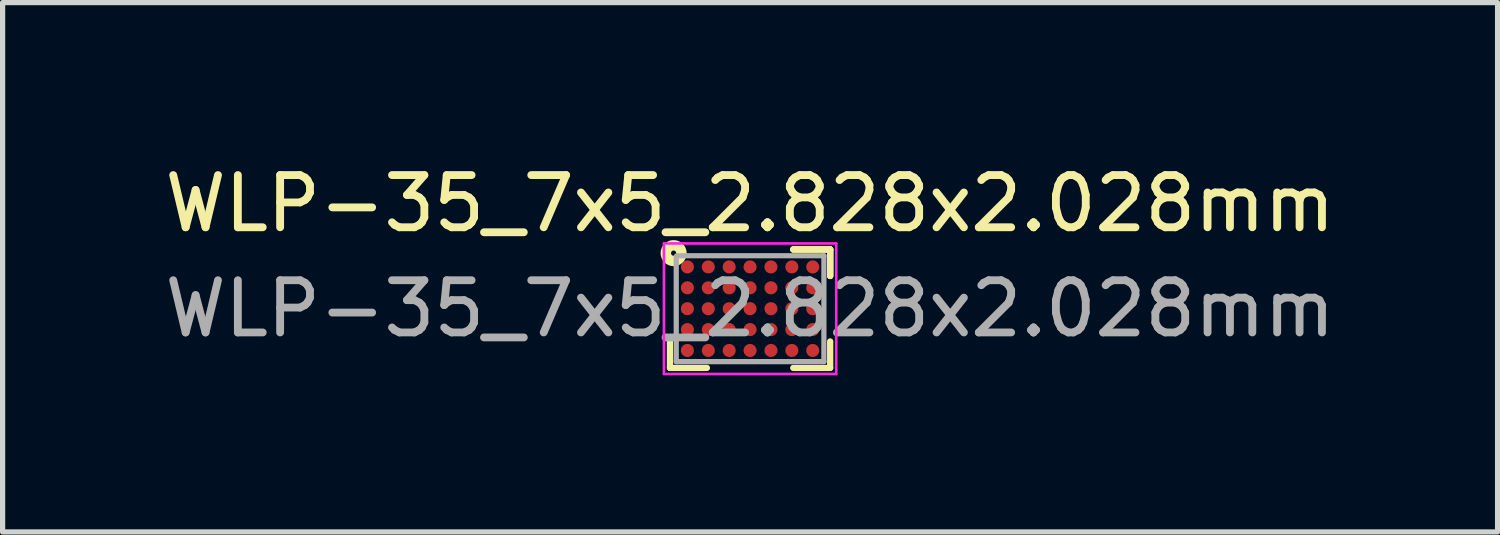
<source format=kicad_pcb>
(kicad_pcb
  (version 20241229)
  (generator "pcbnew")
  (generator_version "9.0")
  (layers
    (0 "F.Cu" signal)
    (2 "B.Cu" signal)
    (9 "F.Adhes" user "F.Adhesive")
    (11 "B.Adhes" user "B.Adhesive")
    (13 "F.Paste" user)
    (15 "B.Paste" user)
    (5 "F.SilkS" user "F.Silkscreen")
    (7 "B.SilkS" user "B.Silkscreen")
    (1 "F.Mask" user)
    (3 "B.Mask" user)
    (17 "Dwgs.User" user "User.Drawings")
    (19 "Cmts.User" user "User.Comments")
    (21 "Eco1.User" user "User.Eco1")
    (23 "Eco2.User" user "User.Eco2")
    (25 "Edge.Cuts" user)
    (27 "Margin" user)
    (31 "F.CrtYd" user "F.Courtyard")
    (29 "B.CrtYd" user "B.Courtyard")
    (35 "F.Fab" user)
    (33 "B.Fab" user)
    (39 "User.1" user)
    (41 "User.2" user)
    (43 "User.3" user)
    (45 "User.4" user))
  (footprint "WLP-35_7x5_2.828x2.028mm"
    (layer "F.Cu")
    (at 11.315 2.862)
    (property "Reference" "WLP-35_7x5_2.828x2.028mm" (at 0 -2.014 0) (layer "F.SilkS") (effects (font (size 1 1) (thickness 0.15))))
    (attr smd)
    (fp_line (start -1.534 1.134) (end -1.534 0.627) (stroke (width 0.12) (type solid)) (layer "F.SilkS"))
    (fp_line (start -0.827 1.134) (end -1.534 1.134) (stroke (width 0.12) (type solid)) (layer "F.SilkS"))
    (fp_line (start 0.827 -1.134) (end 1.534 -1.134) (stroke (width 0.12) (type solid)) (layer "F.SilkS"))
    (fp_line (start 0.827 -1.134) (end 1.534 -1.134) (stroke (width 0.12) (type solid)) (layer "F.SilkS"))
    (fp_line (start 0.827 -1.134) (end 1.534 -1.134) (stroke (width 0.12) (type solid)) (layer "F.SilkS"))
    (fp_line (start 0.827 1.134) (end 1.534 1.134) (stroke (width 0.12) (type solid)) (layer "F.SilkS"))
    (fp_line (start 1.534 -1.134) (end 1.534 -0.627) (stroke (width 0.12) (type solid)) (layer "F.SilkS"))
    (fp_line (start 1.534 -1.134) (end 1.534 -0.627) (stroke (width 0.12) (type solid)) (layer "F.SilkS"))
    (fp_line (start 1.534 -1.134) (end 1.534 -0.627) (stroke (width 0.12) (type solid)) (layer "F.SilkS"))
    (fp_line (start 1.534 1.134) (end 1.534 0.627) (stroke (width 0.12) (type solid)) (layer "F.SilkS"))
    (fp_circle (center -1.464 -1.064) (end -1.414 -1.064) (stroke (width 0.2) (type solid)) (fill no) (layer "F.SilkS"))
    (fp_line (start -1.65 -1.25) (end 1.65 -1.25) (stroke (width 0.05) (type solid)) (layer "F.CrtYd"))
    (fp_line (start -1.65 1.25) (end -1.65 -1.25) (stroke (width 0.05) (type solid)) (layer "F.CrtYd"))
    (fp_line (start 1.65 -1.25) (end 1.65 1.25) (stroke (width 0.05) (type solid)) (layer "F.CrtYd"))
    (fp_line (start 1.65 1.25) (end -1.65 1.25) (stroke (width 0.05) (type solid)) (layer "F.CrtYd"))
    (fp_line (start -1.414 -1) (end -1.414 1.014) (stroke (width 0.1) (type solid)) (layer "F.Fab"))
    (fp_line (start -1.414 1.014) (end 1.414 1.014) (stroke (width 0.1) (type solid)) (layer "F.Fab"))
    (fp_line (start 1.414 -1.014) (end -1.4 -1.014) (stroke (width 0.1) (type solid)) (layer "F.Fab"))
    (fp_line (start 1.414 1.014) (end 1.414 -1.014) (stroke (width 0.1) (type solid)) (layer "F.Fab"))
    (fp_text user "${REFERENCE}" (at 0 0 0) (unlocked yes) (layer "F.Fab") (effects (font (size 1 1) (thickness 0.15))))
    (pad "" smd roundrect (at -1.2 -0.8) (size 0.255 0.255) (layers "F.Paste") (roundrect_rratio 0.4))
    (pad "" smd roundrect (at -1.2 -0.4) (size 0.255 0.255) (layers "F.Paste") (roundrect_rratio 0.4))
    (pad "" smd roundrect (at -1.2 0) (size 0.255 0.255) (layers "F.Paste") (roundrect_rratio 0.4))
    (pad "" smd roundrect (at -1.2 0.4) (size 0.255 0.255) (layers "F.Paste") (roundrect_rratio 0.4))
    (pad "" smd roundrect (at -1.2 0.8) (size 0.255 0.255) (layers "F.Paste") (roundrect_rratio 0.4))
    (pad "" smd roundrect (at -0.8 -0.8) (size 0.255 0.255) (layers "F.Paste") (roundrect_rratio 0.4))
    (pad "" smd roundrect (at -0.8 -0.4) (size 0.255 0.255) (layers "F.Paste") (roundrect_rratio 0.4))
    (pad "" smd roundrect (at -0.8 0) (size 0.255 0.255) (layers "F.Paste") (roundrect_rratio 0.4))
    (pad "" smd roundrect (at -0.8 0.4) (size 0.255 0.255) (layers "F.Paste") (roundrect_rratio 0.4))
    (pad "" smd roundrect (at -0.8 0.8) (size 0.255 0.255) (layers "F.Paste") (roundrect_rratio 0.4))
    (pad "" smd roundrect (at -0.4 -0.8) (size 0.255 0.255) (layers "F.Paste") (roundrect_rratio 0.4))
    (pad "" smd roundrect (at -0.4 -0.4) (size 0.255 0.255) (layers "F.Paste") (roundrect_rratio 0.4))
    (pad "" smd roundrect (at -0.4 0) (size 0.255 0.255) (layers "F.Paste") (roundrect_rratio 0.4))
    (pad "" smd roundrect (at -0.4 0.4) (size 0.255 0.255) (layers "F.Paste") (roundrect_rratio 0.4))
    (pad "" smd roundrect (at -0.4 0.8) (size 0.255 0.255) (layers "F.Paste") (roundrect_rratio 0.4))
    (pad "" smd roundrect (at 0 -0.8) (size 0.255 0.255) (layers "F.Paste") (roundrect_rratio 0.4))
    (pad "" smd roundrect (at 0 -0.4) (size 0.255 0.255) (layers "F.Paste") (roundrect_rratio 0.4))
    (pad "" smd roundrect (at 0 0) (size 0.255 0.255) (layers "F.Paste") (roundrect_rratio 0.4))
    (pad "" smd roundrect (at 0 0.4) (size 0.255 0.255) (layers "F.Paste") (roundrect_rratio 0.4))
    (pad "" smd roundrect (at 0 0.8) (size 0.255 0.255) (layers "F.Paste") (roundrect_rratio 0.4))
    (pad "" smd roundrect (at 0.4 -0.8) (size 0.255 0.255) (layers "F.Paste") (roundrect_rratio 0.4))
    (pad "" smd roundrect (at 0.4 -0.4) (size 0.255 0.255) (layers "F.Paste") (roundrect_rratio 0.4))
    (pad "" smd roundrect (at 0.4 0) (size 0.255 0.255) (layers "F.Paste") (roundrect_rratio 0.4))
    (pad "" smd roundrect (at 0.4 0.4) (size 0.255 0.255) (layers "F.Paste") (roundrect_rratio 0.4))
    (pad "" smd roundrect (at 0.4 0.8) (size 0.255 0.255) (layers "F.Paste") (roundrect_rratio 0.4))
    (pad "" smd roundrect (at 0.8 -0.8) (size 0.255 0.255) (layers "F.Paste") (roundrect_rratio 0.4))
    (pad "" smd roundrect (at 0.8 -0.4) (size 0.255 0.255) (layers "F.Paste") (roundrect_rratio 0.4))
    (pad "" smd roundrect (at 0.8 0) (size 0.255 0.255) (layers "F.Paste") (roundrect_rratio 0.4))
    (pad "" smd roundrect (at 0.8 0.4) (size 0.255 0.255) (layers "F.Paste") (roundrect_rratio 0.4))
    (pad "" smd roundrect (at 0.8 0.8) (size 0.255 0.255) (layers "F.Paste") (roundrect_rratio 0.4))
    (pad "" smd roundrect (at 1.2 -0.8) (size 0.255 0.255) (layers "F.Paste") (roundrect_rratio 0.4))
    (pad "" smd roundrect (at 1.2 -0.4) (size 0.255 0.255) (layers "F.Paste") (roundrect_rratio 0.4))
    (pad "" smd roundrect (at 1.2 0) (size 0.255 0.255) (layers "F.Paste") (roundrect_rratio 0.4))
    (pad "" smd roundrect (at 1.2 0.4) (size 0.255 0.255) (layers "F.Paste") (roundrect_rratio 0.4))
    (pad "" smd roundrect (at 1.2 0.8) (size 0.255 0.255) (layers "F.Paste") (roundrect_rratio 0.4))
    (pad "A1" smd circle (at -1.2 -0.8) (size 0.25 0.25) (layers "F.Cu" "F.Mask"))
    (pad "A2" smd circle (at -0.8 -0.8) (size 0.25 0.25) (layers "F.Cu" "F.Mask"))
    (pad "A3" smd circle (at -0.4 -0.8) (size 0.25 0.25) (layers "F.Cu" "F.Mask"))
    (pad "A4" smd circle (at 0 -0.8) (size 0.25 0.25) (layers "F.Cu" "F.Mask"))
    (pad "A5" smd circle (at 0.4 -0.8) (size 0.25 0.25) (layers "F.Cu" "F.Mask"))
    (pad "A6" smd circle (at 0.8 -0.8) (size 0.25 0.25) (layers "F.Cu" "F.Mask"))
    (pad "A7" smd circle (at 1.2 -0.8) (size 0.25 0.25) (layers "F.Cu" "F.Mask"))
    (pad "B1" smd circle (at -1.2 -0.4) (size 0.25 0.25) (layers "F.Cu" "F.Mask"))
    (pad "B2" smd circle (at -0.8 -0.4) (size 0.25 0.25) (layers "F.Cu" "F.Mask"))
    (pad "B3" smd circle (at -0.4 -0.4) (size 0.25 0.25) (layers "F.Cu" "F.Mask"))
    (pad "B4" smd circle (at 0 -0.4) (size 0.25 0.25) (layers "F.Cu" "F.Mask"))
    (pad "B5" smd circle (at 0.4 -0.4) (size 0.25 0.25) (layers "F.Cu" "F.Mask"))
    (pad "B6" smd circle (at 0.8 -0.4) (size 0.25 0.25) (layers "F.Cu" "F.Mask"))
    (pad "B7" smd circle (at 1.2 -0.4) (size 0.25 0.25) (layers "F.Cu" "F.Mask"))
    (pad "C1" smd circle (at -1.2 0) (size 0.25 0.25) (layers "F.Cu" "F.Mask"))
    (pad "C2" smd circle (at -0.8 0) (size 0.25 0.25) (layers "F.Cu" "F.Mask"))
    (pad "C3" smd circle (at -0.4 0) (size 0.25 0.25) (layers "F.Cu" "F.Mask"))
    (pad "C4" smd circle (at 0 0) (size 0.25 0.25) (layers "F.Cu" "F.Mask"))
    (pad "C5" smd circle (at 0.4 0) (size 0.25 0.25) (layers "F.Cu" "F.Mask"))
    (pad "C6" smd circle (at 0.8 0) (size 0.25 0.25) (layers "F.Cu" "F.Mask"))
    (pad "C7" smd circle (at 1.2 0) (size 0.25 0.25) (layers "F.Cu" "F.Mask"))
    (pad "D1" smd circle (at -1.2 0.4) (size 0.25 0.25) (layers "F.Cu" "F.Mask"))
    (pad "D2" smd circle (at -0.8 0.4) (size 0.25 0.25) (layers "F.Cu" "F.Mask"))
    (pad "D3" smd circle (at -0.4 0.4) (size 0.25 0.25) (layers "F.Cu" "F.Mask"))
    (pad "D4" smd circle (at 0 0.4) (size 0.25 0.25) (layers "F.Cu" "F.Mask"))
    (pad "D5" smd circle (at 0.4 0.4) (size 0.25 0.25) (layers "F.Cu" "F.Mask"))
    (pad "D6" smd circle (at 0.8 0.4) (size 0.25 0.25) (layers "F.Cu" "F.Mask"))
    (pad "D7" smd circle (at 1.2 0.4) (size 0.25 0.25) (layers "F.Cu" "F.Mask"))
    (pad "E1" smd circle (at -1.2 0.8) (size 0.25 0.25) (layers "F.Cu" "F.Mask"))
    (pad "E2" smd circle (at -0.8 0.8) (size 0.25 0.25) (layers "F.Cu" "F.Mask"))
    (pad "E3" smd circle (at -0.4 0.8) (size 0.25 0.25) (layers "F.Cu" "F.Mask"))
    (pad "E4" smd circle (at 0 0.8) (size 0.25 0.25) (layers "F.Cu" "F.Mask"))
    (pad "E5" smd circle (at 0.4 0.8) (size 0.25 0.25) (layers "F.Cu" "F.Mask"))
    (pad "E6" smd circle (at 0.8 0.8) (size 0.25 0.25) (layers "F.Cu" "F.Mask"))
    (pad "E7" smd circle (at 1.2 0.8) (size 0.25 0.25) (layers "F.Cu" "F.Mask")))
  (gr_rect
    (start -3 -3)
    (end 25.631 7.137)
    (stroke (width 0.1) (type default))
    (fill no)
    (layer "Edge.Cuts")))
</source>
